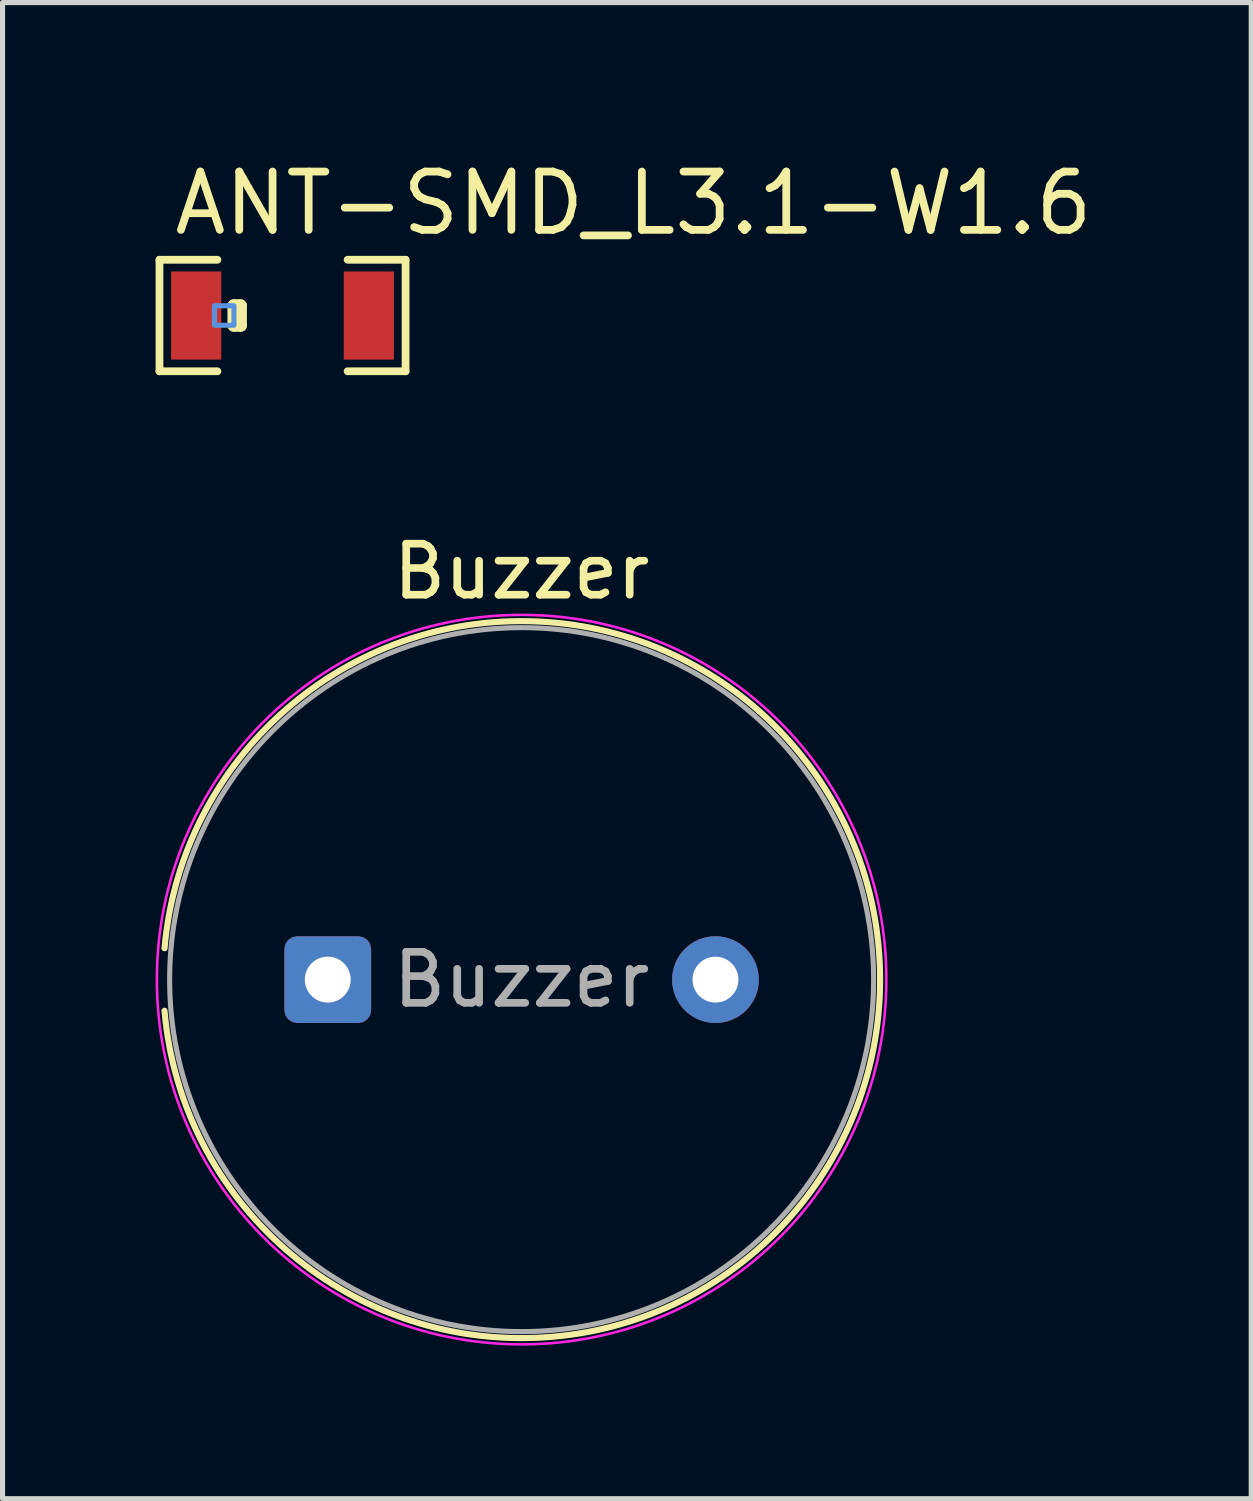
<source format=kicad_pcb>
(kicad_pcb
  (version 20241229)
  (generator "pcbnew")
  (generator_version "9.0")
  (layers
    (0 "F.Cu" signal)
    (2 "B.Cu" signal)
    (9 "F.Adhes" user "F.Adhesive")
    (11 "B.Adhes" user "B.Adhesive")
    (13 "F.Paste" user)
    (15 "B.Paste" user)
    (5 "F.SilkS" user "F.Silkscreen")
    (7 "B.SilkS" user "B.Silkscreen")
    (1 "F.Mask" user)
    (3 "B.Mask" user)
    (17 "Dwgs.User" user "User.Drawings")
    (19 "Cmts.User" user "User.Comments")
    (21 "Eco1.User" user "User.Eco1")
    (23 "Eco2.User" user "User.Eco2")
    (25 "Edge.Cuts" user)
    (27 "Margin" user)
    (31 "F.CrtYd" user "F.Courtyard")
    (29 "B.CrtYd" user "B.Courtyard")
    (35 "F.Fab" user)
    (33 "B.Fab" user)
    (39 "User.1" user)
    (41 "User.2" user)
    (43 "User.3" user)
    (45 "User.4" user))
  (footprint "ANT-SMD_L3.1-W1.6"
    (layer "F.Cu")
    (at 2.488 3.135)
    (property "Reference" "ANT-SMD_L3.1-W1.6" (at -2.2 -2.2 0) (layer "F.SilkS") (effects (font (size 1.143 1.143) (thickness 0.152)) (justify left)))
    (attr smd)
    (fp_line (start -2.412 -1.093) (end -1.276 -1.093) (stroke (width 0.152) (type solid)) (layer "F.SilkS"))
    (fp_line (start -2.412 1.093) (end -2.412 -1.093) (stroke (width 0.152) (type solid)) (layer "F.SilkS"))
    (fp_line (start -1.276 1.093) (end -2.412 1.093) (stroke (width 0.152) (type solid)) (layer "F.SilkS"))
    (fp_line (start -0.952 -0.191) (end -0.825 -0.191) (stroke (width 0.254) (type solid)) (layer "F.SilkS"))
    (fp_line (start -0.952 0.191) (end -0.952 -0.191) (stroke (width 0.254) (type solid)) (layer "F.SilkS"))
    (fp_line (start -0.825 -0.191) (end -0.825 0.191) (stroke (width 0.254) (type solid)) (layer "F.SilkS"))
    (fp_line (start -0.825 0.191) (end -0.952 0.191) (stroke (width 0.254) (type solid)) (layer "F.SilkS"))
    (fp_line (start 1.276 1.093) (end 2.412 1.093) (stroke (width 0.152) (type solid)) (layer "F.SilkS"))
    (fp_line (start 2.412 -1.093) (end 1.276 -1.093) (stroke (width 0.152) (type solid)) (layer "F.SilkS"))
    (fp_line (start 2.412 1.093) (end 2.412 -1.093) (stroke (width 0.152) (type solid)) (layer "F.SilkS"))
    (fp_poly (pts (xy -1.2 0.276) (xy -1.2 -0.276) (xy -1.534 -0.864) (xy -2.084 -0.864) (xy -2.184 -0.764) (xy -2.184 0.764) (xy -2.084 0.864) (xy -1.534 0.864)) (stroke (width 0) (type solid)) (fill yes) (layer "F.Paste"))
    (fp_poly (pts (xy 1.2 0.276) (xy 1.2 -0.276) (xy 1.534 -0.864) (xy 2.084 -0.864) (xy 2.184 -0.764) (xy 2.184 0.764) (xy 2.084 0.864) (xy 1.534 0.864)) (stroke (width 0) (type solid)) (fill yes) (layer "F.Paste"))
    (fp_poly (pts (xy -1.334 -0.191) (xy -0.952 -0.191) (xy -0.952 0.191) (xy -1.334 0.191)) (stroke (width 0.1) (type solid)) (fill no) (layer "Cmts.User"))
    (pad "1" smd rect (at -1.692 0) (size 0.984 1.728) (layers "F.Cu" "F.Mask" "F.Paste"))
    (pad "2" smd rect (at 1.692 0) (size 0.984 1.728) (layers "F.Cu" "F.Mask" "F.Paste")))
  (footprint "Buzzer"
    (layer "F.Cu")
    (at 3.375 16.153)
    (property "Reference" "Buzzer" (at 3.8 -8 0) (layer "F.SilkS") (effects (font (size 1 1) (thickness 0.15))))
    (attr through_hole)
    (fp_arc (start -3.2 -0.615) (mid 10.826964 0.00257) (end -3.200448 0.60988) (stroke (width 0.12) (type solid)) (layer "F.SilkS"))
    (fp_circle (center 3.8 0) (end 10.95 0) (stroke (width 0.05) (type solid)) (fill no) (layer "F.CrtYd"))
    (fp_circle (center 3.8 0) (end 10.7 0) (stroke (width 0.1) (type solid)) (fill no) (layer "F.Fab"))
    (fp_text user "${REFERENCE}" (at 3.8 0 0) (layer "F.Fab") (effects (font (size 1 1) (thickness 0.15))))
    (pad "1" thru_hole roundrect (at 0 0) (size 1.7 1.7) (drill 0.9) (layers "*.Cu" "*.Mask") (roundrect_rratio 0.147))
    (pad "2" thru_hole circle (at 7.6 0) (size 1.7 1.7) (drill 0.9) (layers "*.Cu" "*.Mask")))
  (gr_rect
    (start -3 -3)
    (end 21.477 26.328)
    (stroke (width 0.1) (type default))
    (fill no)
    (layer "Edge.Cuts")))
</source>
